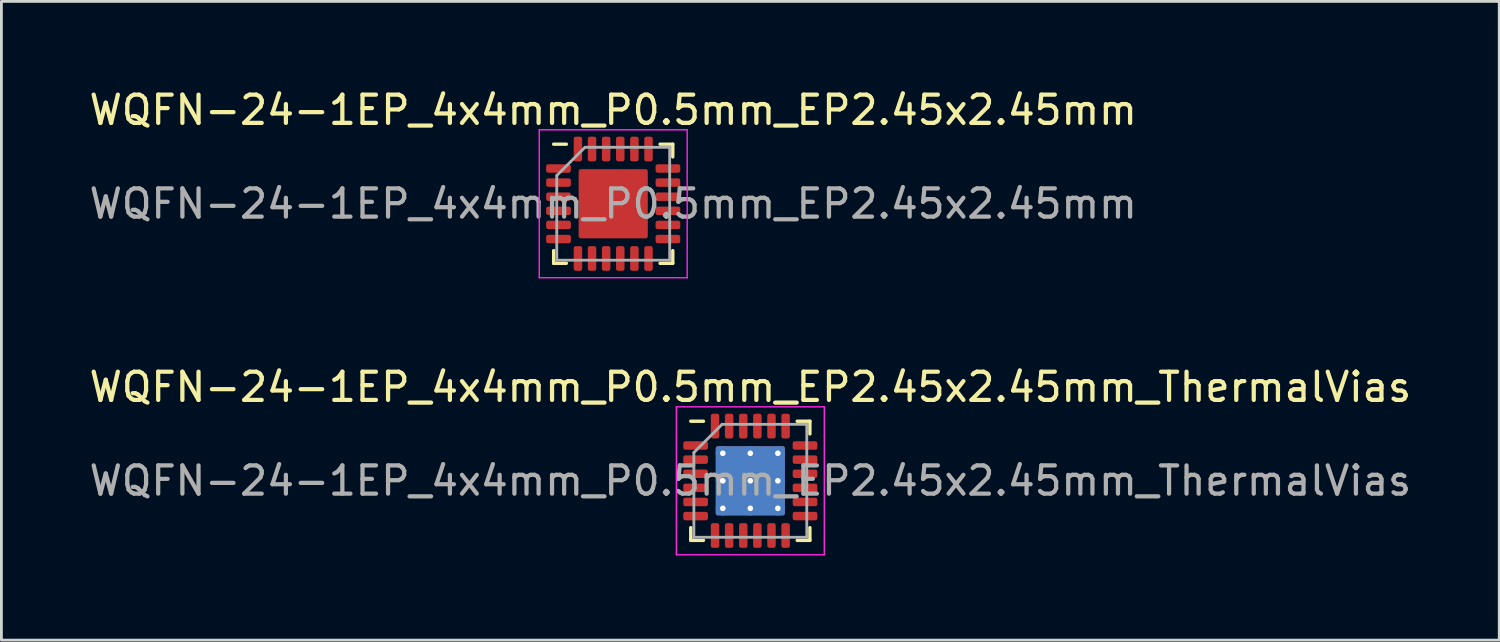
<source format=kicad_pcb>
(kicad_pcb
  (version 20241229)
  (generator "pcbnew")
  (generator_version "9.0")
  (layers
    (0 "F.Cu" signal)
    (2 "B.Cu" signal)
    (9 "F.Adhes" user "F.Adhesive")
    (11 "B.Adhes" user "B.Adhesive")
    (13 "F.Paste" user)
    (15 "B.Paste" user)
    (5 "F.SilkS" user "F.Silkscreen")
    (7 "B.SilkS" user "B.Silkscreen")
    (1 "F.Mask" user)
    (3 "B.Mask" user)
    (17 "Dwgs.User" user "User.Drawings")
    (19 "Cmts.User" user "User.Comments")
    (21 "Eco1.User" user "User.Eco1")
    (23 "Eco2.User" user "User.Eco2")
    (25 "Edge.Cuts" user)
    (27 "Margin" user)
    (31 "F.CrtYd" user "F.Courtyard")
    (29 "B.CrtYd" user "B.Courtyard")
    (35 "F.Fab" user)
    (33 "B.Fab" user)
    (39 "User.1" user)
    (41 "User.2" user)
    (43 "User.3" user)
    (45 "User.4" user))
  (footprint "WQFN-24-1EP_4x4mm_P0.5mm_EP2.45x2.45mm"
    (layer "F.Cu")
    (at 18.673 4.168)
    (property "Reference" "WQFN-24-1EP_4x4mm_P0.5mm_EP2.45x2.45mm" (at 0 -3.32 0) (layer "F.SilkS") (effects (font (size 1 1) (thickness 0.15))))
    (attr smd)
    (fp_line (start -2.11 2.11) (end -2.11 1.66) (stroke (width 0.12) (type solid)) (layer "F.SilkS"))
    (fp_line (start -1.66 -2.11) (end -2.11 -2.11) (stroke (width 0.12) (type solid)) (layer "F.SilkS"))
    (fp_line (start -1.66 2.11) (end -2.11 2.11) (stroke (width 0.12) (type solid)) (layer "F.SilkS"))
    (fp_line (start 1.66 -2.11) (end 2.11 -2.11) (stroke (width 0.12) (type solid)) (layer "F.SilkS"))
    (fp_line (start 1.66 2.11) (end 2.11 2.11) (stroke (width 0.12) (type solid)) (layer "F.SilkS"))
    (fp_line (start 2.11 -2.11) (end 2.11 -1.66) (stroke (width 0.12) (type solid)) (layer "F.SilkS"))
    (fp_line (start 2.11 2.11) (end 2.11 1.66) (stroke (width 0.12) (type solid)) (layer "F.SilkS"))
    (fp_line (start -2.62 -2.62) (end -2.62 2.62) (stroke (width 0.05) (type solid)) (layer "F.CrtYd"))
    (fp_line (start -2.62 2.62) (end 2.62 2.62) (stroke (width 0.05) (type solid)) (layer "F.CrtYd"))
    (fp_line (start 2.62 -2.62) (end -2.62 -2.62) (stroke (width 0.05) (type solid)) (layer "F.CrtYd"))
    (fp_line (start 2.62 2.62) (end 2.62 -2.62) (stroke (width 0.05) (type solid)) (layer "F.CrtYd"))
    (fp_line (start -2 -1) (end -1 -2) (stroke (width 0.1) (type solid)) (layer "F.Fab"))
    (fp_line (start -2 2) (end -2 -1) (stroke (width 0.1) (type solid)) (layer "F.Fab"))
    (fp_line (start -1 -2) (end 2 -2) (stroke (width 0.1) (type solid)) (layer "F.Fab"))
    (fp_line (start 2 -2) (end 2 2) (stroke (width 0.1) (type solid)) (layer "F.Fab"))
    (fp_line (start 2 2) (end -2 2) (stroke (width 0.1) (type solid)) (layer "F.Fab"))
    (fp_text user "${REFERENCE}" (at 0 0 0) (layer "F.Fab") (effects (font (size 1 1) (thickness 0.15))))
    (pad "" smd roundrect (at -0.61 -0.61) (size 0.99 0.99) (layers "F.Paste") (roundrect_rratio 0.25))
    (pad "" smd roundrect (at -0.61 0.61) (size 0.99 0.99) (layers "F.Paste") (roundrect_rratio 0.25))
    (pad "" smd roundrect (at 0.61 -0.61) (size 0.99 0.99) (layers "F.Paste") (roundrect_rratio 0.25))
    (pad "" smd roundrect (at 0.61 0.61) (size 0.99 0.99) (layers "F.Paste") (roundrect_rratio 0.25))
    (pad "1" smd roundrect (at -1.938 -1.25) (size 0.875 0.3) (layers "F.Cu" "F.Mask" "F.Paste") (roundrect_rratio 0.25))
    (pad "2" smd roundrect (at -1.938 -0.75) (size 0.875 0.3) (layers "F.Cu" "F.Mask" "F.Paste") (roundrect_rratio 0.25))
    (pad "3" smd roundrect (at -1.938 -0.25) (size 0.875 0.3) (layers "F.Cu" "F.Mask" "F.Paste") (roundrect_rratio 0.25))
    (pad "4" smd roundrect (at -1.938 0.25) (size 0.875 0.3) (layers "F.Cu" "F.Mask" "F.Paste") (roundrect_rratio 0.25))
    (pad "5" smd roundrect (at -1.938 0.75) (size 0.875 0.3) (layers "F.Cu" "F.Mask" "F.Paste") (roundrect_rratio 0.25))
    (pad "6" smd roundrect (at -1.938 1.25) (size 0.875 0.3) (layers "F.Cu" "F.Mask" "F.Paste") (roundrect_rratio 0.25))
    (pad "7" smd roundrect (at -1.25 1.938) (size 0.3 0.875) (layers "F.Cu" "F.Mask" "F.Paste") (roundrect_rratio 0.25))
    (pad "8" smd roundrect (at -0.75 1.938) (size 0.3 0.875) (layers "F.Cu" "F.Mask" "F.Paste") (roundrect_rratio 0.25))
    (pad "9" smd roundrect (at -0.25 1.938) (size 0.3 0.875) (layers "F.Cu" "F.Mask" "F.Paste") (roundrect_rratio 0.25))
    (pad "10" smd roundrect (at 0.25 1.938) (size 0.3 0.875) (layers "F.Cu" "F.Mask" "F.Paste") (roundrect_rratio 0.25))
    (pad "11" smd roundrect (at 0.75 1.938) (size 0.3 0.875) (layers "F.Cu" "F.Mask" "F.Paste") (roundrect_rratio 0.25))
    (pad "12" smd roundrect (at 1.25 1.938) (size 0.3 0.875) (layers "F.Cu" "F.Mask" "F.Paste") (roundrect_rratio 0.25))
    (pad "13" smd roundrect (at 1.938 1.25) (size 0.875 0.3) (layers "F.Cu" "F.Mask" "F.Paste") (roundrect_rratio 0.25))
    (pad "14" smd roundrect (at 1.938 0.75) (size 0.875 0.3) (layers "F.Cu" "F.Mask" "F.Paste") (roundrect_rratio 0.25))
    (pad "15" smd roundrect (at 1.938 0.25) (size 0.875 0.3) (layers "F.Cu" "F.Mask" "F.Paste") (roundrect_rratio 0.25))
    (pad "16" smd roundrect (at 1.938 -0.25) (size 0.875 0.3) (layers "F.Cu" "F.Mask" "F.Paste") (roundrect_rratio 0.25))
    (pad "17" smd roundrect (at 1.938 -0.75) (size 0.875 0.3) (layers "F.Cu" "F.Mask" "F.Paste") (roundrect_rratio 0.25))
    (pad "18" smd roundrect (at 1.938 -1.25) (size 0.875 0.3) (layers "F.Cu" "F.Mask" "F.Paste") (roundrect_rratio 0.25))
    (pad "19" smd roundrect (at 1.25 -1.938) (size 0.3 0.875) (layers "F.Cu" "F.Mask" "F.Paste") (roundrect_rratio 0.25))
    (pad "20" smd roundrect (at 0.75 -1.938) (size 0.3 0.875) (layers "F.Cu" "F.Mask" "F.Paste") (roundrect_rratio 0.25))
    (pad "21" smd roundrect (at 0.25 -1.938) (size 0.3 0.875) (layers "F.Cu" "F.Mask" "F.Paste") (roundrect_rratio 0.25))
    (pad "22" smd roundrect (at -0.25 -1.938) (size 0.3 0.875) (layers "F.Cu" "F.Mask" "F.Paste") (roundrect_rratio 0.25))
    (pad "23" smd roundrect (at -0.75 -1.938) (size 0.3 0.875) (layers "F.Cu" "F.Mask" "F.Paste") (roundrect_rratio 0.25))
    (pad "24" smd roundrect (at -1.25 -1.938) (size 0.3 0.875) (layers "F.Cu" "F.Mask" "F.Paste") (roundrect_rratio 0.25))
    (pad "25" smd roundrect (at 0 0) (size 2.45 2.45) (layers "F.Cu" "F.Mask") (roundrect_rratio 0.031)))
  (footprint "WQFN-24-1EP_4x4mm_P0.5mm_EP2.45x2.45mm_ThermalVias"
    (layer "F.Cu")
    (at 23.53 13.982)
    (property "Reference" "WQFN-24-1EP_4x4mm_P0.5mm_EP2.45x2.45mm_ThermalVias" (at 0 -3.32 0) (layer "F.SilkS") (effects (font (size 1 1) (thickness 0.15))))
    (attr smd)
    (fp_line (start -2.11 2.11) (end -2.11 1.66) (stroke (width 0.12) (type solid)) (layer "F.SilkS"))
    (fp_line (start -1.66 -2.11) (end -2.11 -2.11) (stroke (width 0.12) (type solid)) (layer "F.SilkS"))
    (fp_line (start -1.66 2.11) (end -2.11 2.11) (stroke (width 0.12) (type solid)) (layer "F.SilkS"))
    (fp_line (start 1.66 -2.11) (end 2.11 -2.11) (stroke (width 0.12) (type solid)) (layer "F.SilkS"))
    (fp_line (start 1.66 2.11) (end 2.11 2.11) (stroke (width 0.12) (type solid)) (layer "F.SilkS"))
    (fp_line (start 2.11 -2.11) (end 2.11 -1.66) (stroke (width 0.12) (type solid)) (layer "F.SilkS"))
    (fp_line (start 2.11 2.11) (end 2.11 1.66) (stroke (width 0.12) (type solid)) (layer "F.SilkS"))
    (fp_line (start -2.62 -2.62) (end -2.62 2.62) (stroke (width 0.05) (type solid)) (layer "F.CrtYd"))
    (fp_line (start -2.62 2.62) (end 2.62 2.62) (stroke (width 0.05) (type solid)) (layer "F.CrtYd"))
    (fp_line (start 2.62 -2.62) (end -2.62 -2.62) (stroke (width 0.05) (type solid)) (layer "F.CrtYd"))
    (fp_line (start 2.62 2.62) (end 2.62 -2.62) (stroke (width 0.05) (type solid)) (layer "F.CrtYd"))
    (fp_line (start -2 -1) (end -1 -2) (stroke (width 0.1) (type solid)) (layer "F.Fab"))
    (fp_line (start -2 2) (end -2 -1) (stroke (width 0.1) (type solid)) (layer "F.Fab"))
    (fp_line (start -1 -2) (end 2 -2) (stroke (width 0.1) (type solid)) (layer "F.Fab"))
    (fp_line (start 2 -2) (end 2 2) (stroke (width 0.1) (type solid)) (layer "F.Fab"))
    (fp_line (start 2 2) (end -2 2) (stroke (width 0.1) (type solid)) (layer "F.Fab"))
    (fp_text user "${REFERENCE}" (at 0 0 0) (layer "F.Fab") (effects (font (size 1 1) (thickness 0.15))))
    (pad "" smd roundrect (at -0.61 -0.61) (size 1.06 1.06) (layers "F.Paste") (roundrect_rratio 0.236))
    (pad "" smd roundrect (at -0.61 0.61) (size 1.06 1.06) (layers "F.Paste") (roundrect_rratio 0.236))
    (pad "" smd roundrect (at 0.61 -0.61) (size 1.06 1.06) (layers "F.Paste") (roundrect_rratio 0.236))
    (pad "" smd roundrect (at 0.61 0.61) (size 1.06 1.06) (layers "F.Paste") (roundrect_rratio 0.236))
    (pad "1" smd roundrect (at -1.938 -1.25) (size 0.875 0.3) (layers "F.Cu" "F.Mask" "F.Paste") (roundrect_rratio 0.25))
    (pad "2" smd roundrect (at -1.938 -0.75) (size 0.875 0.3) (layers "F.Cu" "F.Mask" "F.Paste") (roundrect_rratio 0.25))
    (pad "3" smd roundrect (at -1.938 -0.25) (size 0.875 0.3) (layers "F.Cu" "F.Mask" "F.Paste") (roundrect_rratio 0.25))
    (pad "4" smd roundrect (at -1.938 0.25) (size 0.875 0.3) (layers "F.Cu" "F.Mask" "F.Paste") (roundrect_rratio 0.25))
    (pad "5" smd roundrect (at -1.938 0.75) (size 0.875 0.3) (layers "F.Cu" "F.Mask" "F.Paste") (roundrect_rratio 0.25))
    (pad "6" smd roundrect (at -1.938 1.25) (size 0.875 0.3) (layers "F.Cu" "F.Mask" "F.Paste") (roundrect_rratio 0.25))
    (pad "7" smd roundrect (at -1.25 1.938) (size 0.3 0.875) (layers "F.Cu" "F.Mask" "F.Paste") (roundrect_rratio 0.25))
    (pad "8" smd roundrect (at -0.75 1.938) (size 0.3 0.875) (layers "F.Cu" "F.Mask" "F.Paste") (roundrect_rratio 0.25))
    (pad "9" smd roundrect (at -0.25 1.938) (size 0.3 0.875) (layers "F.Cu" "F.Mask" "F.Paste") (roundrect_rratio 0.25))
    (pad "10" smd roundrect (at 0.25 1.938) (size 0.3 0.875) (layers "F.Cu" "F.Mask" "F.Paste") (roundrect_rratio 0.25))
    (pad "11" smd roundrect (at 0.75 1.938) (size 0.3 0.875) (layers "F.Cu" "F.Mask" "F.Paste") (roundrect_rratio 0.25))
    (pad "12" smd roundrect (at 1.25 1.938) (size 0.3 0.875) (layers "F.Cu" "F.Mask" "F.Paste") (roundrect_rratio 0.25))
    (pad "13" smd roundrect (at 1.938 1.25) (size 0.875 0.3) (layers "F.Cu" "F.Mask" "F.Paste") (roundrect_rratio 0.25))
    (pad "14" smd roundrect (at 1.938 0.75) (size 0.875 0.3) (layers "F.Cu" "F.Mask" "F.Paste") (roundrect_rratio 0.25))
    (pad "15" smd roundrect (at 1.938 0.25) (size 0.875 0.3) (layers "F.Cu" "F.Mask" "F.Paste") (roundrect_rratio 0.25))
    (pad "16" smd roundrect (at 1.938 -0.25) (size 0.875 0.3) (layers "F.Cu" "F.Mask" "F.Paste") (roundrect_rratio 0.25))
    (pad "17" smd roundrect (at 1.938 -0.75) (size 0.875 0.3) (layers "F.Cu" "F.Mask" "F.Paste") (roundrect_rratio 0.25))
    (pad "18" smd roundrect (at 1.938 -1.25) (size 0.875 0.3) (layers "F.Cu" "F.Mask" "F.Paste") (roundrect_rratio 0.25))
    (pad "19" smd roundrect (at 1.25 -1.938) (size 0.3 0.875) (layers "F.Cu" "F.Mask" "F.Paste") (roundrect_rratio 0.25))
    (pad "20" smd roundrect (at 0.75 -1.938) (size 0.3 0.875) (layers "F.Cu" "F.Mask" "F.Paste") (roundrect_rratio 0.25))
    (pad "21" smd roundrect (at 0.25 -1.938) (size 0.3 0.875) (layers "F.Cu" "F.Mask" "F.Paste") (roundrect_rratio 0.25))
    (pad "22" smd roundrect (at -0.25 -1.938) (size 0.3 0.875) (layers "F.Cu" "F.Mask" "F.Paste") (roundrect_rratio 0.25))
    (pad "23" smd roundrect (at -0.75 -1.938) (size 0.3 0.875) (layers "F.Cu" "F.Mask" "F.Paste") (roundrect_rratio 0.25))
    (pad "24" smd roundrect (at -1.25 -1.938) (size 0.3 0.875) (layers "F.Cu" "F.Mask" "F.Paste") (roundrect_rratio 0.25))
    (pad "25" thru_hole circle (at -0.975 -0.975) (size 0.5 0.5) (drill 0.2) (layers "*.Cu"))
    (pad "25" thru_hole circle (at -0.975 0) (size 0.5 0.5) (drill 0.2) (layers "*.Cu"))
    (pad "25" thru_hole circle (at -0.975 0.975) (size 0.5 0.5) (drill 0.2) (layers "*.Cu"))
    (pad "25" thru_hole circle (at 0 -0.975) (size 0.5 0.5) (drill 0.2) (layers "*.Cu"))
    (pad "25" thru_hole circle (at 0 0) (size 0.5 0.5) (drill 0.2) (layers "*.Cu"))
    (pad "25" smd roundrect (at 0 0) (size 2.45 2.45) (layers "F.Cu" "F.Mask") (roundrect_rratio 0.031))
    (pad "25" smd roundrect (at 0 0) (size 2.45 2.45) (layers "B.Cu") (roundrect_rratio 0.031))
    (pad "25" thru_hole circle (at 0 0.975) (size 0.5 0.5) (drill 0.2) (layers "*.Cu"))
    (pad "25" thru_hole circle (at 0.975 -0.975) (size 0.5 0.5) (drill 0.2) (layers "*.Cu"))
    (pad "25" thru_hole circle (at 0.975 0) (size 0.5 0.5) (drill 0.2) (layers "*.Cu"))
    (pad "25" thru_hole circle (at 0.975 0.975) (size 0.5 0.5) (drill 0.2) (layers "*.Cu")))
  (gr_rect
    (start -3 -3)
    (end 50.06 19.627)
    (stroke (width 0.1) (type default))
    (fill no)
    (layer "Edge.Cuts")))
</source>
